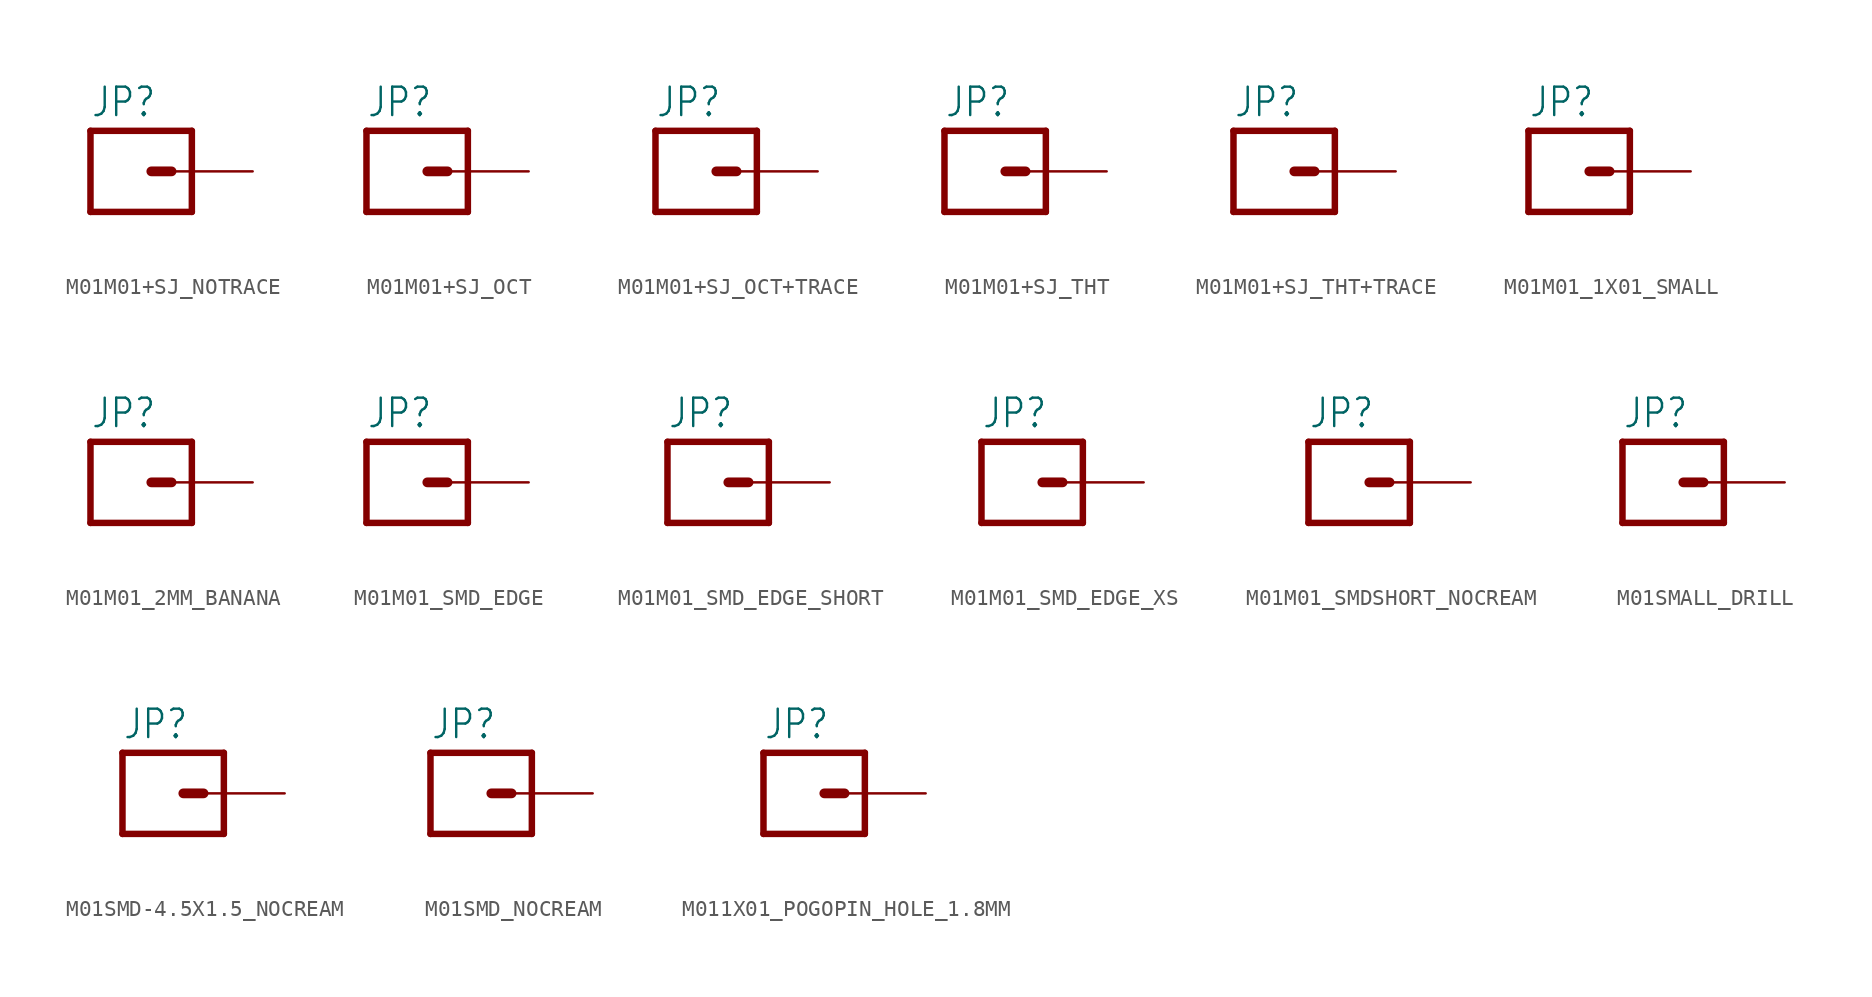
<source format=kicad_sym>
(kicad_symbol_lib
  (version 20241209)
  (generator "kicad_symbol_editor")
  (generator_version "9.0")
  (symbol "M01M01+SJ_NOTRACE"
    (property "Reference" "JP"
      (at -2.54 3.302 0)
      (effects (font (size 1.778 1.511)) (justify left bottom)))
    (property "Value" ""
      (at -2.54 -5.08 0)
      (effects (font (size 1.778 1.511)) (justify left bottom)))
    (property "ki_locked" ""
      (at 0 0 0)
      (effects (font (size 1.27 1.27))))
    (symbol "M01M01+SJ_NOTRACE_1_0"
      (polyline (pts (xy -2.54 2.54) (xy -2.54 -2.54)) (stroke (width 0.406) (type solid)) (fill (type none)))
      (polyline (pts (xy -2.54 2.54) (xy 3.81 2.54)) (stroke (width 0.406) (type solid)) (fill (type none)))
      (polyline (pts (xy 1.27 0) (xy 2.54 0)) (stroke (width 0.61) (type solid)) (fill (type none)))
      (polyline (pts (xy 3.81 -2.54) (xy -2.54 -2.54)) (stroke (width 0.406) (type solid)) (fill (type none)))
      (polyline (pts (xy 3.81 -2.54) (xy 3.81 2.54)) (stroke (width 0.406) (type solid)) (fill (type none)))
      (pin passive line (at 7.62 0 180) (length 5.08) (name "1" (effects (font (size 0 0)))) (number "PAD" (effects (font (size 0 0)))))))
  (symbol "M01M01+SJ_OCT"
    (property "Reference" "JP"
      (at -2.54 3.302 0)
      (effects (font (size 1.778 1.511)) (justify left bottom)))
    (property "Value" ""
      (at -2.54 -5.08 0)
      (effects (font (size 1.778 1.511)) (justify left bottom)))
    (property "ki_locked" ""
      (at 0 0 0)
      (effects (font (size 1.27 1.27))))
    (symbol "M01M01+SJ_OCT_1_0"
      (polyline (pts (xy -2.54 2.54) (xy -2.54 -2.54)) (stroke (width 0.406) (type solid)) (fill (type none)))
      (polyline (pts (xy -2.54 2.54) (xy 3.81 2.54)) (stroke (width 0.406) (type solid)) (fill (type none)))
      (polyline (pts (xy 1.27 0) (xy 2.54 0)) (stroke (width 0.61) (type solid)) (fill (type none)))
      (polyline (pts (xy 3.81 -2.54) (xy -2.54 -2.54)) (stroke (width 0.406) (type solid)) (fill (type none)))
      (polyline (pts (xy 3.81 -2.54) (xy 3.81 2.54)) (stroke (width 0.406) (type solid)) (fill (type none)))
      (pin passive line (at 7.62 0 180) (length 5.08) (name "1" (effects (font (size 0 0)))) (number "PAD" (effects (font (size 0 0)))))))
  (symbol "M01M01+SJ_OCT+TRACE"
    (property "Reference" "JP"
      (at -2.54 3.302 0)
      (effects (font (size 1.778 1.511)) (justify left bottom)))
    (property "Value" ""
      (at -2.54 -5.08 0)
      (effects (font (size 1.778 1.511)) (justify left bottom)))
    (property "ki_locked" ""
      (at 0 0 0)
      (effects (font (size 1.27 1.27))))
    (symbol "M01M01+SJ_OCT+TRACE_1_0"
      (polyline (pts (xy -2.54 2.54) (xy -2.54 -2.54)) (stroke (width 0.406) (type solid)) (fill (type none)))
      (polyline (pts (xy -2.54 2.54) (xy 3.81 2.54)) (stroke (width 0.406) (type solid)) (fill (type none)))
      (polyline (pts (xy 1.27 0) (xy 2.54 0)) (stroke (width 0.61) (type solid)) (fill (type none)))
      (polyline (pts (xy 3.81 -2.54) (xy -2.54 -2.54)) (stroke (width 0.406) (type solid)) (fill (type none)))
      (polyline (pts (xy 3.81 -2.54) (xy 3.81 2.54)) (stroke (width 0.406) (type solid)) (fill (type none)))
      (pin passive line (at 7.62 0 180) (length 5.08) (name "1" (effects (font (size 0 0)))) (number "PAD" (effects (font (size 0 0)))))))
  (symbol "M01M01+SJ_THT"
    (property "Reference" "JP"
      (at -2.54 3.302 0)
      (effects (font (size 1.778 1.511)) (justify left bottom)))
    (property "Value" ""
      (at -2.54 -5.08 0)
      (effects (font (size 1.778 1.511)) (justify left bottom)))
    (property "ki_locked" ""
      (at 0 0 0)
      (effects (font (size 1.27 1.27))))
    (symbol "M01M01+SJ_THT_1_0"
      (polyline (pts (xy -2.54 2.54) (xy -2.54 -2.54)) (stroke (width 0.406) (type solid)) (fill (type none)))
      (polyline (pts (xy -2.54 2.54) (xy 3.81 2.54)) (stroke (width 0.406) (type solid)) (fill (type none)))
      (polyline (pts (xy 1.27 0) (xy 2.54 0)) (stroke (width 0.61) (type solid)) (fill (type none)))
      (polyline (pts (xy 3.81 -2.54) (xy -2.54 -2.54)) (stroke (width 0.406) (type solid)) (fill (type none)))
      (polyline (pts (xy 3.81 -2.54) (xy 3.81 2.54)) (stroke (width 0.406) (type solid)) (fill (type none)))
      (pin passive line (at 7.62 0 180) (length 5.08) (name "1" (effects (font (size 0 0)))) (number "PAD" (effects (font (size 0 0)))))))
  (symbol "M01M01+SJ_THT+TRACE"
    (property "Reference" "JP"
      (at -2.54 3.302 0)
      (effects (font (size 1.778 1.511)) (justify left bottom)))
    (property "Value" ""
      (at -2.54 -5.08 0)
      (effects (font (size 1.778 1.511)) (justify left bottom)))
    (property "ki_locked" ""
      (at 0 0 0)
      (effects (font (size 1.27 1.27))))
    (symbol "M01M01+SJ_THT+TRACE_1_0"
      (polyline (pts (xy -2.54 2.54) (xy -2.54 -2.54)) (stroke (width 0.406) (type solid)) (fill (type none)))
      (polyline (pts (xy -2.54 2.54) (xy 3.81 2.54)) (stroke (width 0.406) (type solid)) (fill (type none)))
      (polyline (pts (xy 1.27 0) (xy 2.54 0)) (stroke (width 0.61) (type solid)) (fill (type none)))
      (polyline (pts (xy 3.81 -2.54) (xy -2.54 -2.54)) (stroke (width 0.406) (type solid)) (fill (type none)))
      (polyline (pts (xy 3.81 -2.54) (xy 3.81 2.54)) (stroke (width 0.406) (type solid)) (fill (type none)))
      (pin passive line (at 7.62 0 180) (length 5.08) (name "1" (effects (font (size 0 0)))) (number "SMALL" (effects (font (size 0 0)))))))
  (symbol "M01M01_1X01_SMALL"
    (property "Reference" "JP"
      (at -2.54 3.302 0)
      (effects (font (size 1.778 1.511)) (justify left bottom)))
    (property "Value" ""
      (at -2.54 -5.08 0)
      (effects (font (size 1.778 1.511)) (justify left bottom)))
    (property "ki_locked" ""
      (at 0 0 0)
      (effects (font (size 1.27 1.27))))
    (symbol "M01M01_1X01_SMALL_1_0"
      (polyline (pts (xy -2.54 2.54) (xy -2.54 -2.54)) (stroke (width 0.406) (type solid)) (fill (type none)))
      (polyline (pts (xy -2.54 2.54) (xy 3.81 2.54)) (stroke (width 0.406) (type solid)) (fill (type none)))
      (polyline (pts (xy 1.27 0) (xy 2.54 0)) (stroke (width 0.61) (type solid)) (fill (type none)))
      (polyline (pts (xy 3.81 -2.54) (xy -2.54 -2.54)) (stroke (width 0.406) (type solid)) (fill (type none)))
      (polyline (pts (xy 3.81 -2.54) (xy 3.81 2.54)) (stroke (width 0.406) (type solid)) (fill (type none)))
      (pin passive line (at 7.62 0 180) (length 5.08) (name "1" (effects (font (size 0 0)))) (number "PAD" (effects (font (size 0 0)))))))
  (symbol "M01M01_2MM_BANANA"
    (property "Reference" "JP"
      (at -2.54 3.302 0)
      (effects (font (size 1.778 1.511)) (justify left bottom)))
    (property "Value" ""
      (at -2.54 -5.08 0)
      (effects (font (size 1.778 1.511)) (justify left bottom)))
    (property "ki_locked" ""
      (at 0 0 0)
      (effects (font (size 1.27 1.27))))
    (symbol "M01M01_2MM_BANANA_1_0"
      (polyline (pts (xy -2.54 2.54) (xy -2.54 -2.54)) (stroke (width 0.406) (type solid)) (fill (type none)))
      (polyline (pts (xy -2.54 2.54) (xy 3.81 2.54)) (stroke (width 0.406) (type solid)) (fill (type none)))
      (polyline (pts (xy 1.27 0) (xy 2.54 0)) (stroke (width 0.61) (type solid)) (fill (type none)))
      (polyline (pts (xy 3.81 -2.54) (xy -2.54 -2.54)) (stroke (width 0.406) (type solid)) (fill (type none)))
      (polyline (pts (xy 3.81 -2.54) (xy 3.81 2.54)) (stroke (width 0.406) (type solid)) (fill (type none)))
      (pin passive line (at 7.62 0 180) (length 5.08) (name "1" (effects (font (size 0 0)))) (number "1" (effects (font (size 0 0)))))))
  (symbol "M01M01_SMD_EDGE"
    (property "Reference" "JP"
      (at -2.54 3.302 0)
      (effects (font (size 1.778 1.511)) (justify left bottom)))
    (property "Value" ""
      (at -2.54 -5.08 0)
      (effects (font (size 1.778 1.511)) (justify left bottom)))
    (property "ki_locked" ""
      (at 0 0 0)
      (effects (font (size 1.27 1.27))))
    (symbol "M01M01_SMD_EDGE_1_0"
      (polyline (pts (xy -2.54 2.54) (xy -2.54 -2.54)) (stroke (width 0.406) (type solid)) (fill (type none)))
      (polyline (pts (xy -2.54 2.54) (xy 3.81 2.54)) (stroke (width 0.406) (type solid)) (fill (type none)))
      (polyline (pts (xy 1.27 0) (xy 2.54 0)) (stroke (width 0.61) (type solid)) (fill (type none)))
      (polyline (pts (xy 3.81 -2.54) (xy -2.54 -2.54)) (stroke (width 0.406) (type solid)) (fill (type none)))
      (polyline (pts (xy 3.81 -2.54) (xy 3.81 2.54)) (stroke (width 0.406) (type solid)) (fill (type none)))
      (pin passive line (at 7.62 0 180) (length 5.08) (name "1" (effects (font (size 0 0)))) (number "P$1" (effects (font (size 0 0)))))))
  (symbol "M01M01_SMD_EDGE_SHORT"
    (property "Reference" "JP"
      (at -2.54 3.302 0)
      (effects (font (size 1.778 1.511)) (justify left bottom)))
    (property "Value" ""
      (at -2.54 -5.08 0)
      (effects (font (size 1.778 1.511)) (justify left bottom)))
    (property "ki_locked" ""
      (at 0 0 0)
      (effects (font (size 1.27 1.27))))
    (symbol "M01M01_SMD_EDGE_SHORT_1_0"
      (polyline (pts (xy -2.54 2.54) (xy -2.54 -2.54)) (stroke (width 0.406) (type solid)) (fill (type none)))
      (polyline (pts (xy -2.54 2.54) (xy 3.81 2.54)) (stroke (width 0.406) (type solid)) (fill (type none)))
      (polyline (pts (xy 1.27 0) (xy 2.54 0)) (stroke (width 0.61) (type solid)) (fill (type none)))
      (polyline (pts (xy 3.81 -2.54) (xy -2.54 -2.54)) (stroke (width 0.406) (type solid)) (fill (type none)))
      (polyline (pts (xy 3.81 -2.54) (xy 3.81 2.54)) (stroke (width 0.406) (type solid)) (fill (type none)))
      (pin passive line (at 7.62 0 180) (length 5.08) (name "1" (effects (font (size 0 0)))) (number "P$1" (effects (font (size 0 0)))))))
  (symbol "M01M01_SMD_EDGE_XS"
    (property "Reference" "JP"
      (at -2.54 3.302 0)
      (effects (font (size 1.778 1.511)) (justify left bottom)))
    (property "Value" ""
      (at -2.54 -5.08 0)
      (effects (font (size 1.778 1.511)) (justify left bottom)))
    (property "ki_locked" ""
      (at 0 0 0)
      (effects (font (size 1.27 1.27))))
    (symbol "M01M01_SMD_EDGE_XS_1_0"
      (polyline (pts (xy -2.54 2.54) (xy -2.54 -2.54)) (stroke (width 0.406) (type solid)) (fill (type none)))
      (polyline (pts (xy -2.54 2.54) (xy 3.81 2.54)) (stroke (width 0.406) (type solid)) (fill (type none)))
      (polyline (pts (xy 1.27 0) (xy 2.54 0)) (stroke (width 0.61) (type solid)) (fill (type none)))
      (polyline (pts (xy 3.81 -2.54) (xy -2.54 -2.54)) (stroke (width 0.406) (type solid)) (fill (type none)))
      (polyline (pts (xy 3.81 -2.54) (xy 3.81 2.54)) (stroke (width 0.406) (type solid)) (fill (type none)))
      (pin passive line (at 7.62 0 180) (length 5.08) (name "1" (effects (font (size 0 0)))) (number "P$1" (effects (font (size 0 0)))))))
  (symbol "M01M01_SMDSHORT_NOCREAM"
    (property "Reference" "JP"
      (at -2.54 3.302 0)
      (effects (font (size 1.778 1.511)) (justify left bottom)))
    (property "Value" ""
      (at -2.54 -5.08 0)
      (effects (font (size 1.778 1.511)) (justify left bottom)))
    (property "ki_locked" ""
      (at 0 0 0)
      (effects (font (size 1.27 1.27))))
    (symbol "M01M01_SMDSHORT_NOCREAM_1_0"
      (polyline (pts (xy -2.54 2.54) (xy -2.54 -2.54)) (stroke (width 0.406) (type solid)) (fill (type none)))
      (polyline (pts (xy -2.54 2.54) (xy 3.81 2.54)) (stroke (width 0.406) (type solid)) (fill (type none)))
      (polyline (pts (xy 1.27 0) (xy 2.54 0)) (stroke (width 0.61) (type solid)) (fill (type none)))
      (polyline (pts (xy 3.81 -2.54) (xy -2.54 -2.54)) (stroke (width 0.406) (type solid)) (fill (type none)))
      (polyline (pts (xy 3.81 -2.54) (xy 3.81 2.54)) (stroke (width 0.406) (type solid)) (fill (type none)))
      (pin passive line (at 7.62 0 180) (length 5.08) (name "1" (effects (font (size 0 0)))) (number "P$1" (effects (font (size 0 0)))))))
  (symbol "M01SMALL_DRILL"
    (property "Reference" "JP"
      (at -2.54 3.302 0)
      (effects (font (size 1.778 1.511)) (justify left bottom)))
    (property "Value" ""
      (at -2.54 -5.08 0)
      (effects (font (size 1.778 1.511)) (justify left bottom)))
    (property "ki_locked" ""
      (at 0 0 0)
      (effects (font (size 1.27 1.27))))
    (symbol "M01SMALL_DRILL_1_0"
      (polyline (pts (xy -2.54 2.54) (xy -2.54 -2.54)) (stroke (width 0.406) (type solid)) (fill (type none)))
      (polyline (pts (xy -2.54 2.54) (xy 3.81 2.54)) (stroke (width 0.406) (type solid)) (fill (type none)))
      (polyline (pts (xy 1.27 0) (xy 2.54 0)) (stroke (width 0.61) (type solid)) (fill (type none)))
      (polyline (pts (xy 3.81 -2.54) (xy -2.54 -2.54)) (stroke (width 0.406) (type solid)) (fill (type none)))
      (polyline (pts (xy 3.81 -2.54) (xy 3.81 2.54)) (stroke (width 0.406) (type solid)) (fill (type none)))
      (pin passive line (at 7.62 0 180) (length 5.08) (name "1" (effects (font (size 0 0)))) (number "1" (effects (font (size 0 0)))))))
  (symbol "M01SMD-4.5X1.5_NOCREAM"
    (property "Reference" "JP"
      (at -2.54 3.302 0)
      (effects (font (size 1.778 1.511)) (justify left bottom)))
    (property "Value" ""
      (at -2.54 -5.08 0)
      (effects (font (size 1.778 1.511)) (justify left bottom)))
    (property "ki_locked" ""
      (at 0 0 0)
      (effects (font (size 1.27 1.27))))
    (symbol "M01SMD-4.5X1.5_NOCREAM_1_0"
      (polyline (pts (xy -2.54 2.54) (xy -2.54 -2.54)) (stroke (width 0.406) (type solid)) (fill (type none)))
      (polyline (pts (xy -2.54 2.54) (xy 3.81 2.54)) (stroke (width 0.406) (type solid)) (fill (type none)))
      (polyline (pts (xy 1.27 0) (xy 2.54 0)) (stroke (width 0.61) (type solid)) (fill (type none)))
      (polyline (pts (xy 3.81 -2.54) (xy -2.54 -2.54)) (stroke (width 0.406) (type solid)) (fill (type none)))
      (polyline (pts (xy 3.81 -2.54) (xy 3.81 2.54)) (stroke (width 0.406) (type solid)) (fill (type none)))
      (pin passive line (at 7.62 0 180) (length 5.08) (name "1" (effects (font (size 0 0)))) (number "P$1" (effects (font (size 0 0)))))))
  (symbol "M01SMD_NOCREAM"
    (property "Reference" "JP"
      (at -2.54 3.302 0)
      (effects (font (size 1.778 1.511)) (justify left bottom)))
    (property "Value" ""
      (at -2.54 -5.08 0)
      (effects (font (size 1.778 1.511)) (justify left bottom)))
    (property "ki_locked" ""
      (at 0 0 0)
      (effects (font (size 1.27 1.27))))
    (symbol "M01SMD_NOCREAM_1_0"
      (polyline (pts (xy -2.54 2.54) (xy -2.54 -2.54)) (stroke (width 0.406) (type solid)) (fill (type none)))
      (polyline (pts (xy -2.54 2.54) (xy 3.81 2.54)) (stroke (width 0.406) (type solid)) (fill (type none)))
      (polyline (pts (xy 1.27 0) (xy 2.54 0)) (stroke (width 0.61) (type solid)) (fill (type none)))
      (polyline (pts (xy 3.81 -2.54) (xy -2.54 -2.54)) (stroke (width 0.406) (type solid)) (fill (type none)))
      (polyline (pts (xy 3.81 -2.54) (xy 3.81 2.54)) (stroke (width 0.406) (type solid)) (fill (type none)))
      (pin passive line (at 7.62 0 180) (length 5.08) (name "1" (effects (font (size 0 0)))) (number "P$1" (effects (font (size 0 0)))))))
  (symbol "M011X01_POGOPIN_HOLE_1.8MM"
    (property "Reference" "JP"
      (at -2.54 3.302 0)
      (effects (font (size 1.778 1.511)) (justify left bottom)))
    (property "Value" ""
      (at -2.54 -5.08 0)
      (effects (font (size 1.778 1.511)) (justify left bottom)))
    (property "ki_locked" ""
      (at 0 0 0)
      (effects (font (size 1.27 1.27))))
    (symbol "M011X01_POGOPIN_HOLE_1.8MM_1_0"
      (polyline (pts (xy -2.54 2.54) (xy -2.54 -2.54)) (stroke (width 0.406) (type solid)) (fill (type none)))
      (polyline (pts (xy -2.54 2.54) (xy 3.81 2.54)) (stroke (width 0.406) (type solid)) (fill (type none)))
      (polyline (pts (xy 1.27 0) (xy 2.54 0)) (stroke (width 0.61) (type solid)) (fill (type none)))
      (polyline (pts (xy 3.81 -2.54) (xy -2.54 -2.54)) (stroke (width 0.406) (type solid)) (fill (type none)))
      (polyline (pts (xy 3.81 -2.54) (xy 3.81 2.54)) (stroke (width 0.406) (type solid)) (fill (type none)))
      (pin passive line (at 7.62 0 180) (length 5.08) (name "1" (effects (font (size 0 0)))) (number "1" (effects (font (size 0 0))))))))
</source>
